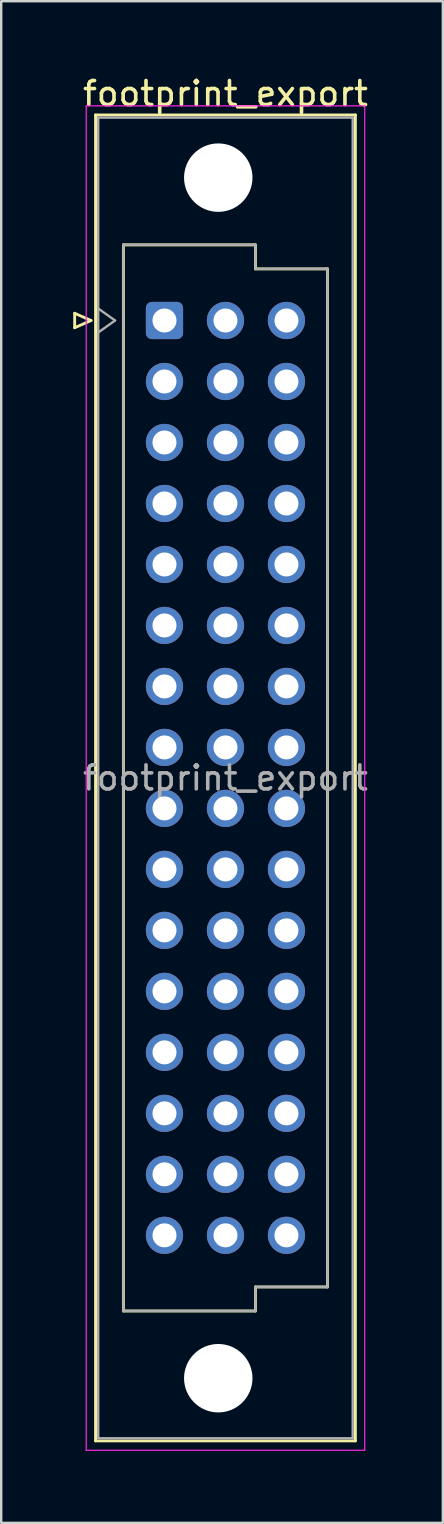
<source format=kicad_pcb>
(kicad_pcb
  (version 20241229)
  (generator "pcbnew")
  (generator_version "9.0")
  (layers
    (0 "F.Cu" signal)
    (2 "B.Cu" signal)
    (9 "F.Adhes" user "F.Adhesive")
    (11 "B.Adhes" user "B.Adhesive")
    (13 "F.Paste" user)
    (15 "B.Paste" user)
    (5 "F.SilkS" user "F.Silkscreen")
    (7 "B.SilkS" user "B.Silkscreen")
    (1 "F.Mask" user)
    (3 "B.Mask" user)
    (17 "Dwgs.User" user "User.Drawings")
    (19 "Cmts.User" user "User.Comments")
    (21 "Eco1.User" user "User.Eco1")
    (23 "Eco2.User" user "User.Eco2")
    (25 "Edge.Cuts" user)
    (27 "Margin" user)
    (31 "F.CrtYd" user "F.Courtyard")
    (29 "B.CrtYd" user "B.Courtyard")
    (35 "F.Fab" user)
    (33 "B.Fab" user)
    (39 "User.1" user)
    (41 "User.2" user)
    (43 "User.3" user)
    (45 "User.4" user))
  (footprint "footprint_export"
    (layer "F.Cu")
    (at 3.8 10.298)
    (property "Reference" "footprint_export" (at 2.54 -9.45 0) (layer "F.SilkS") (effects (font (size 1 1) (thickness 0.15))))
    (attr through_hole)
    (fp_line (start -3.74 -0.3) (end -3.74 0.3) (stroke (width 0.12) (type solid)) (layer "F.SilkS"))
    (fp_line (start -3.74 0.3) (end -3.06 0) (stroke (width 0.12) (type solid)) (layer "F.SilkS"))
    (fp_line (start -3.06 0) (end -3.74 -0.3) (stroke (width 0.12) (type solid)) (layer "F.SilkS"))
    (fp_line (start -2.87 -8.56) (end 7.95 -8.56) (stroke (width 0.12) (type solid)) (layer "F.SilkS"))
    (fp_line (start -2.87 46.66) (end -2.87 -8.56) (stroke (width 0.12) (type solid)) (layer "F.SilkS"))
    (fp_line (start -1.71 -3.15) (end 3.79 -3.15) (stroke (width 0.12) (type solid)) (layer "F.SilkS"))
    (fp_line (start -1.71 41.25) (end -1.71 -3.15) (stroke (width 0.12) (type solid)) (layer "F.SilkS"))
    (fp_line (start 3.79 -3.15) (end 3.79 -2.15) (stroke (width 0.12) (type solid)) (layer "F.SilkS"))
    (fp_line (start 3.79 -2.15) (end 6.79 -2.15) (stroke (width 0.12) (type solid)) (layer "F.SilkS"))
    (fp_line (start 3.79 40.25) (end 3.79 41.25) (stroke (width 0.12) (type solid)) (layer "F.SilkS"))
    (fp_line (start 3.79 41.25) (end -1.71 41.25) (stroke (width 0.12) (type solid)) (layer "F.SilkS"))
    (fp_line (start 6.79 -2.15) (end 6.79 40.25) (stroke (width 0.12) (type solid)) (layer "F.SilkS"))
    (fp_line (start 6.79 40.25) (end 3.79 40.25) (stroke (width 0.12) (type solid)) (layer "F.SilkS"))
    (fp_line (start 7.95 -8.56) (end 7.95 46.66) (stroke (width 0.12) (type solid)) (layer "F.SilkS"))
    (fp_line (start 7.95 46.66) (end -2.87 46.66) (stroke (width 0.12) (type solid)) (layer "F.SilkS"))
    (fp_line (start -3.26 -8.94) (end 8.34 -8.94) (stroke (width 0.05) (type solid)) (layer "F.CrtYd"))
    (fp_line (start -3.26 47.05) (end -3.26 -8.94) (stroke (width 0.05) (type solid)) (layer "F.CrtYd"))
    (fp_line (start 8.34 -8.94) (end 8.34 47.05) (stroke (width 0.05) (type solid)) (layer "F.CrtYd"))
    (fp_line (start 8.34 47.05) (end -3.26 47.05) (stroke (width 0.05) (type solid)) (layer "F.CrtYd"))
    (fp_line (start -2.76 -8.45) (end 7.84 -8.45) (stroke (width 0.1) (type solid)) (layer "F.Fab"))
    (fp_line (start -2.76 -0.5) (end -2.06 0) (stroke (width 0.1) (type solid)) (layer "F.Fab"))
    (fp_line (start -2.76 46.55) (end -2.76 -8.45) (stroke (width 0.1) (type solid)) (layer "F.Fab"))
    (fp_line (start -2.06 0) (end -2.76 0.5) (stroke (width 0.1) (type solid)) (layer "F.Fab"))
    (fp_line (start -1.71 -3.15) (end 3.79 -3.15) (stroke (width 0.1) (type solid)) (layer "F.Fab"))
    (fp_line (start -1.71 41.25) (end -1.71 -3.15) (stroke (width 0.1) (type solid)) (layer "F.Fab"))
    (fp_line (start 3.79 -3.15) (end 3.79 -2.15) (stroke (width 0.1) (type solid)) (layer "F.Fab"))
    (fp_line (start 3.79 -2.15) (end 6.79 -2.15) (stroke (width 0.1) (type solid)) (layer "F.Fab"))
    (fp_line (start 3.79 40.25) (end 3.79 41.25) (stroke (width 0.1) (type solid)) (layer "F.Fab"))
    (fp_line (start 3.79 41.25) (end -1.71 41.25) (stroke (width 0.1) (type solid)) (layer "F.Fab"))
    (fp_line (start 6.79 -2.15) (end 6.79 40.25) (stroke (width 0.1) (type solid)) (layer "F.Fab"))
    (fp_line (start 6.79 40.25) (end 3.79 40.25) (stroke (width 0.1) (type solid)) (layer "F.Fab"))
    (fp_line (start 7.84 -8.45) (end 7.84 46.55) (stroke (width 0.1) (type solid)) (layer "F.Fab"))
    (fp_line (start 7.84 46.55) (end -2.76 46.55) (stroke (width 0.1) (type solid)) (layer "F.Fab"))
    (fp_text user "${REFERENCE}" (at 2.54 19.05 0) (layer "F.Fab") (effects (font (size 1 1) (thickness 0.15))))
    (pad "" np_thru_hole circle (at 2.24 -5.95) (size 2.85 2.85) (drill 2.85) (layers "*.Cu" "*.Mask"))
    (pad "" np_thru_hole circle (at 2.24 44.05) (size 2.85 2.85) (drill 2.85) (layers "*.Cu" "*.Mask"))
    (pad "a1" thru_hole roundrect (at 0 0) (size 1.55 1.55) (drill 1) (layers "*.Cu" "*.Mask") (roundrect_rratio 0.161))
    (pad "a2" thru_hole circle (at 0 2.54) (size 1.55 1.55) (drill 1) (layers "*.Cu" "*.Mask"))
    (pad "a3" thru_hole circle (at 0 5.08) (size 1.55 1.55) (drill 1) (layers "*.Cu" "*.Mask"))
    (pad "a4" thru_hole circle (at 0 7.62) (size 1.55 1.55) (drill 1) (layers "*.Cu" "*.Mask"))
    (pad "a5" thru_hole circle (at 0 10.16) (size 1.55 1.55) (drill 1) (layers "*.Cu" "*.Mask"))
    (pad "a6" thru_hole circle (at 0 12.7) (size 1.55 1.55) (drill 1) (layers "*.Cu" "*.Mask"))
    (pad "a7" thru_hole circle (at 0 15.24) (size 1.55 1.55) (drill 1) (layers "*.Cu" "*.Mask"))
    (pad "a8" thru_hole circle (at 0 17.78) (size 1.55 1.55) (drill 1) (layers "*.Cu" "*.Mask"))
    (pad "a9" thru_hole circle (at 0 20.32) (size 1.55 1.55) (drill 1) (layers "*.Cu" "*.Mask"))
    (pad "a10" thru_hole circle (at 0 22.86) (size 1.55 1.55) (drill 1) (layers "*.Cu" "*.Mask"))
    (pad "a11" thru_hole circle (at 0 25.4) (size 1.55 1.55) (drill 1) (layers "*.Cu" "*.Mask"))
    (pad "a12" thru_hole circle (at 0 27.94) (size 1.55 1.55) (drill 1) (layers "*.Cu" "*.Mask"))
    (pad "a13" thru_hole circle (at 0 30.48) (size 1.55 1.55) (drill 1) (layers "*.Cu" "*.Mask"))
    (pad "a14" thru_hole circle (at 0 33.02) (size 1.55 1.55) (drill 1) (layers "*.Cu" "*.Mask"))
    (pad "a15" thru_hole circle (at 0 35.56) (size 1.55 1.55) (drill 1) (layers "*.Cu" "*.Mask"))
    (pad "a16" thru_hole circle (at 0 38.1) (size 1.55 1.55) (drill 1) (layers "*.Cu" "*.Mask"))
    (pad "b1" thru_hole circle (at 2.54 0) (size 1.55 1.55) (drill 1) (layers "*.Cu" "*.Mask"))
    (pad "b2" thru_hole circle (at 2.54 2.54) (size 1.55 1.55) (drill 1) (layers "*.Cu" "*.Mask"))
    (pad "b3" thru_hole circle (at 2.54 5.08) (size 1.55 1.55) (drill 1) (layers "*.Cu" "*.Mask"))
    (pad "b4" thru_hole circle (at 2.54 7.62) (size 1.55 1.55) (drill 1) (layers "*.Cu" "*.Mask"))
    (pad "b5" thru_hole circle (at 2.54 10.16) (size 1.55 1.55) (drill 1) (layers "*.Cu" "*.Mask"))
    (pad "b6" thru_hole circle (at 2.54 12.7) (size 1.55 1.55) (drill 1) (layers "*.Cu" "*.Mask"))
    (pad "b7" thru_hole circle (at 2.54 15.24) (size 1.55 1.55) (drill 1) (layers "*.Cu" "*.Mask"))
    (pad "b8" thru_hole circle (at 2.54 17.78) (size 1.55 1.55) (drill 1) (layers "*.Cu" "*.Mask"))
    (pad "b9" thru_hole circle (at 2.54 20.32) (size 1.55 1.55) (drill 1) (layers "*.Cu" "*.Mask"))
    (pad "b10" thru_hole circle (at 2.54 22.86) (size 1.55 1.55) (drill 1) (layers "*.Cu" "*.Mask"))
    (pad "b11" thru_hole circle (at 2.54 25.4) (size 1.55 1.55) (drill 1) (layers "*.Cu" "*.Mask"))
    (pad "b12" thru_hole circle (at 2.54 27.94) (size 1.55 1.55) (drill 1) (layers "*.Cu" "*.Mask"))
    (pad "b13" thru_hole circle (at 2.54 30.48) (size 1.55 1.55) (drill 1) (layers "*.Cu" "*.Mask"))
    (pad "b14" thru_hole circle (at 2.54 33.02) (size 1.55 1.55) (drill 1) (layers "*.Cu" "*.Mask"))
    (pad "b15" thru_hole circle (at 2.54 35.56) (size 1.55 1.55) (drill 1) (layers "*.Cu" "*.Mask"))
    (pad "b16" thru_hole circle (at 2.54 38.1) (size 1.55 1.55) (drill 1) (layers "*.Cu" "*.Mask"))
    (pad "c1" thru_hole circle (at 5.08 0) (size 1.55 1.55) (drill 1) (layers "*.Cu" "*.Mask"))
    (pad "c2" thru_hole circle (at 5.08 2.54) (size 1.55 1.55) (drill 1) (layers "*.Cu" "*.Mask"))
    (pad "c3" thru_hole circle (at 5.08 5.08) (size 1.55 1.55) (drill 1) (layers "*.Cu" "*.Mask"))
    (pad "c4" thru_hole circle (at 5.08 7.62) (size 1.55 1.55) (drill 1) (layers "*.Cu" "*.Mask"))
    (pad "c5" thru_hole circle (at 5.08 10.16) (size 1.55 1.55) (drill 1) (layers "*.Cu" "*.Mask"))
    (pad "c6" thru_hole circle (at 5.08 12.7) (size 1.55 1.55) (drill 1) (layers "*.Cu" "*.Mask"))
    (pad "c7" thru_hole circle (at 5.08 15.24) (size 1.55 1.55) (drill 1) (layers "*.Cu" "*.Mask"))
    (pad "c8" thru_hole circle (at 5.08 17.78) (size 1.55 1.55) (drill 1) (layers "*.Cu" "*.Mask"))
    (pad "c9" thru_hole circle (at 5.08 20.32) (size 1.55 1.55) (drill 1) (layers "*.Cu" "*.Mask"))
    (pad "c10" thru_hole circle (at 5.08 22.86) (size 1.55 1.55) (drill 1) (layers "*.Cu" "*.Mask"))
    (pad "c11" thru_hole circle (at 5.08 25.4) (size 1.55 1.55) (drill 1) (layers "*.Cu" "*.Mask"))
    (pad "c12" thru_hole circle (at 5.08 27.94) (size 1.55 1.55) (drill 1) (layers "*.Cu" "*.Mask"))
    (pad "c13" thru_hole circle (at 5.08 30.48) (size 1.55 1.55) (drill 1) (layers "*.Cu" "*.Mask"))
    (pad "c14" thru_hole circle (at 5.08 33.02) (size 1.55 1.55) (drill 1) (layers "*.Cu" "*.Mask"))
    (pad "c15" thru_hole circle (at 5.08 35.56) (size 1.55 1.55) (drill 1) (layers "*.Cu" "*.Mask"))
    (pad "c16" thru_hole circle (at 5.08 38.1) (size 1.55 1.55) (drill 1) (layers "*.Cu" "*.Mask")))
  (gr_rect
    (start -3 -3)
    (end 15.394 60.373)
    (stroke (width 0.1) (type default))
    (fill no)
    (layer "Edge.Cuts")))
</source>
